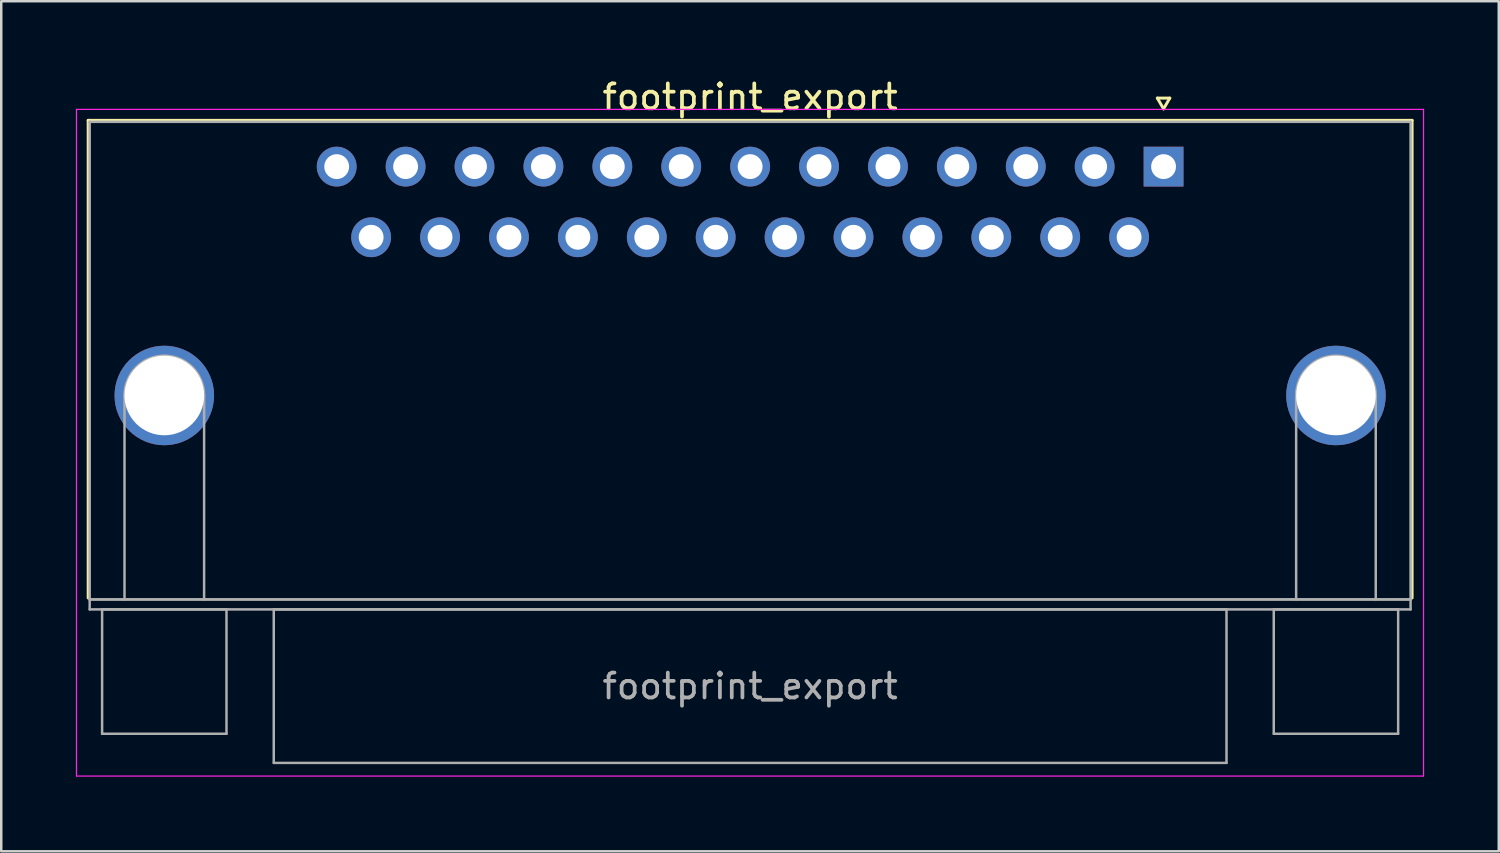
<source format=kicad_pcb>
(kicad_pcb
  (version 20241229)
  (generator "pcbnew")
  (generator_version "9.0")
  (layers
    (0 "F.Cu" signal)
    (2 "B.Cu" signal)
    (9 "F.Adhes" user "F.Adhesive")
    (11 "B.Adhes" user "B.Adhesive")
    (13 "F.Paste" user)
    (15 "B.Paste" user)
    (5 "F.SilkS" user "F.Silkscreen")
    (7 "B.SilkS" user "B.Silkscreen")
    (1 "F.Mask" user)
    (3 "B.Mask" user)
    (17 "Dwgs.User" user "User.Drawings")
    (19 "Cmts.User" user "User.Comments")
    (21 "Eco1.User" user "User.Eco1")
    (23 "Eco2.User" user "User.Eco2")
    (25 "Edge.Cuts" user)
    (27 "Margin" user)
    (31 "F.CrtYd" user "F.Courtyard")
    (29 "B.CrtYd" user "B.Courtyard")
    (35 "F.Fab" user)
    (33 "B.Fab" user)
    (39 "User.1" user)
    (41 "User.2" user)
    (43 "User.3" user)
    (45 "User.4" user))
  (footprint "footprint_export"
    (layer "F.Cu")
    (at 43.725 3.648)
    (property "Reference" "footprint_export" (at -16.62 -2.8 0) (layer "F.SilkS") (effects (font (size 1 1) (thickness 0.15))))
    (attr through_hole)
    (fp_line (start -43.23 -1.86) (end 9.99 -1.86) (stroke (width 0.12) (type solid)) (layer "F.SilkS"))
    (fp_line (start -43.23 17.34) (end -43.23 -1.86) (stroke (width 0.12) (type solid)) (layer "F.SilkS"))
    (fp_line (start -0.25 -2.754) (end 0.25 -2.754) (stroke (width 0.12) (type solid)) (layer "F.SilkS"))
    (fp_line (start 0 -2.321) (end -0.25 -2.754) (stroke (width 0.12) (type solid)) (layer "F.SilkS"))
    (fp_line (start 0.25 -2.754) (end 0 -2.321) (stroke (width 0.12) (type solid)) (layer "F.SilkS"))
    (fp_line (start 9.99 -1.86) (end 9.99 17.34) (stroke (width 0.12) (type solid)) (layer "F.SilkS"))
    (fp_line (start -43.7 -2.3) (end -43.7 24.5) (stroke (width 0.05) (type solid)) (layer "F.CrtYd"))
    (fp_line (start -43.7 24.5) (end 10.45 24.5) (stroke (width 0.05) (type solid)) (layer "F.CrtYd"))
    (fp_line (start 10.45 -2.3) (end -43.7 -2.3) (stroke (width 0.05) (type solid)) (layer "F.CrtYd"))
    (fp_line (start 10.45 24.5) (end 10.45 -2.3) (stroke (width 0.05) (type solid)) (layer "F.CrtYd"))
    (fp_line (start -43.17 -1.8) (end -43.17 17.4) (stroke (width 0.1) (type solid)) (layer "F.Fab"))
    (fp_line (start -43.17 17.4) (end -43.17 17.8) (stroke (width 0.1) (type solid)) (layer "F.Fab"))
    (fp_line (start -43.17 17.4) (end 9.93 17.4) (stroke (width 0.1) (type solid)) (layer "F.Fab"))
    (fp_line (start -43.17 17.8) (end 9.93 17.8) (stroke (width 0.1) (type solid)) (layer "F.Fab"))
    (fp_line (start -42.67 17.8) (end -42.67 22.8) (stroke (width 0.1) (type solid)) (layer "F.Fab"))
    (fp_line (start -42.67 22.8) (end -37.67 22.8) (stroke (width 0.1) (type solid)) (layer "F.Fab"))
    (fp_line (start -41.77 17.4) (end -41.77 9.2) (stroke (width 0.1) (type solid)) (layer "F.Fab"))
    (fp_line (start -38.57 17.4) (end -38.57 9.2) (stroke (width 0.1) (type solid)) (layer "F.Fab"))
    (fp_line (start -37.67 17.8) (end -42.67 17.8) (stroke (width 0.1) (type solid)) (layer "F.Fab"))
    (fp_line (start -37.67 22.8) (end -37.67 17.8) (stroke (width 0.1) (type solid)) (layer "F.Fab"))
    (fp_line (start -35.77 17.8) (end -35.77 23.97) (stroke (width 0.1) (type solid)) (layer "F.Fab"))
    (fp_line (start -35.77 23.97) (end 2.53 23.97) (stroke (width 0.1) (type solid)) (layer "F.Fab"))
    (fp_line (start 2.53 17.8) (end -35.77 17.8) (stroke (width 0.1) (type solid)) (layer "F.Fab"))
    (fp_line (start 2.53 23.97) (end 2.53 17.8) (stroke (width 0.1) (type solid)) (layer "F.Fab"))
    (fp_line (start 4.43 17.8) (end 4.43 22.8) (stroke (width 0.1) (type solid)) (layer "F.Fab"))
    (fp_line (start 4.43 22.8) (end 9.43 22.8) (stroke (width 0.1) (type solid)) (layer "F.Fab"))
    (fp_line (start 5.33 17.4) (end 5.33 9.2) (stroke (width 0.1) (type solid)) (layer "F.Fab"))
    (fp_line (start 8.53 17.4) (end 8.53 9.2) (stroke (width 0.1) (type solid)) (layer "F.Fab"))
    (fp_line (start 9.43 17.8) (end 4.43 17.8) (stroke (width 0.1) (type solid)) (layer "F.Fab"))
    (fp_line (start 9.43 22.8) (end 9.43 17.8) (stroke (width 0.1) (type solid)) (layer "F.Fab"))
    (fp_line (start 9.93 -1.8) (end -43.17 -1.8) (stroke (width 0.1) (type solid)) (layer "F.Fab"))
    (fp_line (start 9.93 17.4) (end -43.17 17.4) (stroke (width 0.1) (type solid)) (layer "F.Fab"))
    (fp_line (start 9.93 17.4) (end 9.93 -1.8) (stroke (width 0.1) (type solid)) (layer "F.Fab"))
    (fp_line (start 9.93 17.8) (end 9.93 17.4) (stroke (width 0.1) (type solid)) (layer "F.Fab"))
    (fp_arc (start -41.77 9.2) (mid -40.17 7.6) (end -38.57 9.2) (stroke (width 0.1) (type solid)) (layer "F.Fab"))
    (fp_arc (start 5.33 9.2) (mid 6.93 7.6) (end 8.53 9.2) (stroke (width 0.1) (type solid)) (layer "F.Fab"))
    (fp_text user "${REFERENCE}" (at -16.62 20.885 0) (layer "F.Fab") (effects (font (size 1 1) (thickness 0.15))))
    (pad "0" thru_hole circle (at -40.17 9.2) (size 4 4) (drill 3.2) (layers "*.Cu" "*.Mask"))
    (pad "0" thru_hole circle (at 6.93 9.2) (size 4 4) (drill 3.2) (layers "*.Cu" "*.Mask"))
    (pad "1" thru_hole rect (at 0 0) (size 1.6 1.6) (drill 1) (layers "*.Cu" "*.Mask"))
    (pad "2" thru_hole circle (at -2.77 0) (size 1.6 1.6) (drill 1) (layers "*.Cu" "*.Mask"))
    (pad "3" thru_hole circle (at -5.54 0) (size 1.6 1.6) (drill 1) (layers "*.Cu" "*.Mask"))
    (pad "4" thru_hole circle (at -8.31 0) (size 1.6 1.6) (drill 1) (layers "*.Cu" "*.Mask"))
    (pad "5" thru_hole circle (at -11.08 0) (size 1.6 1.6) (drill 1) (layers "*.Cu" "*.Mask"))
    (pad "6" thru_hole circle (at -13.85 0) (size 1.6 1.6) (drill 1) (layers "*.Cu" "*.Mask"))
    (pad "7" thru_hole circle (at -16.62 0) (size 1.6 1.6) (drill 1) (layers "*.Cu" "*.Mask"))
    (pad "8" thru_hole circle (at -19.39 0) (size 1.6 1.6) (drill 1) (layers "*.Cu" "*.Mask"))
    (pad "9" thru_hole circle (at -22.16 0) (size 1.6 1.6) (drill 1) (layers "*.Cu" "*.Mask"))
    (pad "10" thru_hole circle (at -24.93 0) (size 1.6 1.6) (drill 1) (layers "*.Cu" "*.Mask"))
    (pad "11" thru_hole circle (at -27.7 0) (size 1.6 1.6) (drill 1) (layers "*.Cu" "*.Mask"))
    (pad "12" thru_hole circle (at -30.47 0) (size 1.6 1.6) (drill 1) (layers "*.Cu" "*.Mask"))
    (pad "13" thru_hole circle (at -33.24 0) (size 1.6 1.6) (drill 1) (layers "*.Cu" "*.Mask"))
    (pad "14" thru_hole circle (at -1.385 2.84) (size 1.6 1.6) (drill 1) (layers "*.Cu" "*.Mask"))
    (pad "15" thru_hole circle (at -4.155 2.84) (size 1.6 1.6) (drill 1) (layers "*.Cu" "*.Mask"))
    (pad "16" thru_hole circle (at -6.925 2.84) (size 1.6 1.6) (drill 1) (layers "*.Cu" "*.Mask"))
    (pad "17" thru_hole circle (at -9.695 2.84) (size 1.6 1.6) (drill 1) (layers "*.Cu" "*.Mask"))
    (pad "18" thru_hole circle (at -12.465 2.84) (size 1.6 1.6) (drill 1) (layers "*.Cu" "*.Mask"))
    (pad "19" thru_hole circle (at -15.235 2.84) (size 1.6 1.6) (drill 1) (layers "*.Cu" "*.Mask"))
    (pad "20" thru_hole circle (at -18.005 2.84) (size 1.6 1.6) (drill 1) (layers "*.Cu" "*.Mask"))
    (pad "21" thru_hole circle (at -20.775 2.84) (size 1.6 1.6) (drill 1) (layers "*.Cu" "*.Mask"))
    (pad "22" thru_hole circle (at -23.545 2.84) (size 1.6 1.6) (drill 1) (layers "*.Cu" "*.Mask"))
    (pad "23" thru_hole circle (at -26.315 2.84) (size 1.6 1.6) (drill 1) (layers "*.Cu" "*.Mask"))
    (pad "24" thru_hole circle (at -29.085 2.84) (size 1.6 1.6) (drill 1) (layers "*.Cu" "*.Mask"))
    (pad "25" thru_hole circle (at -31.855 2.84) (size 1.6 1.6) (drill 1) (layers "*.Cu" "*.Mask")))
  (gr_rect
    (start -3 -3)
    (end 57.2 31.173)
    (stroke (width 0.1) (type default))
    (fill no)
    (layer "Edge.Cuts")))
</source>
